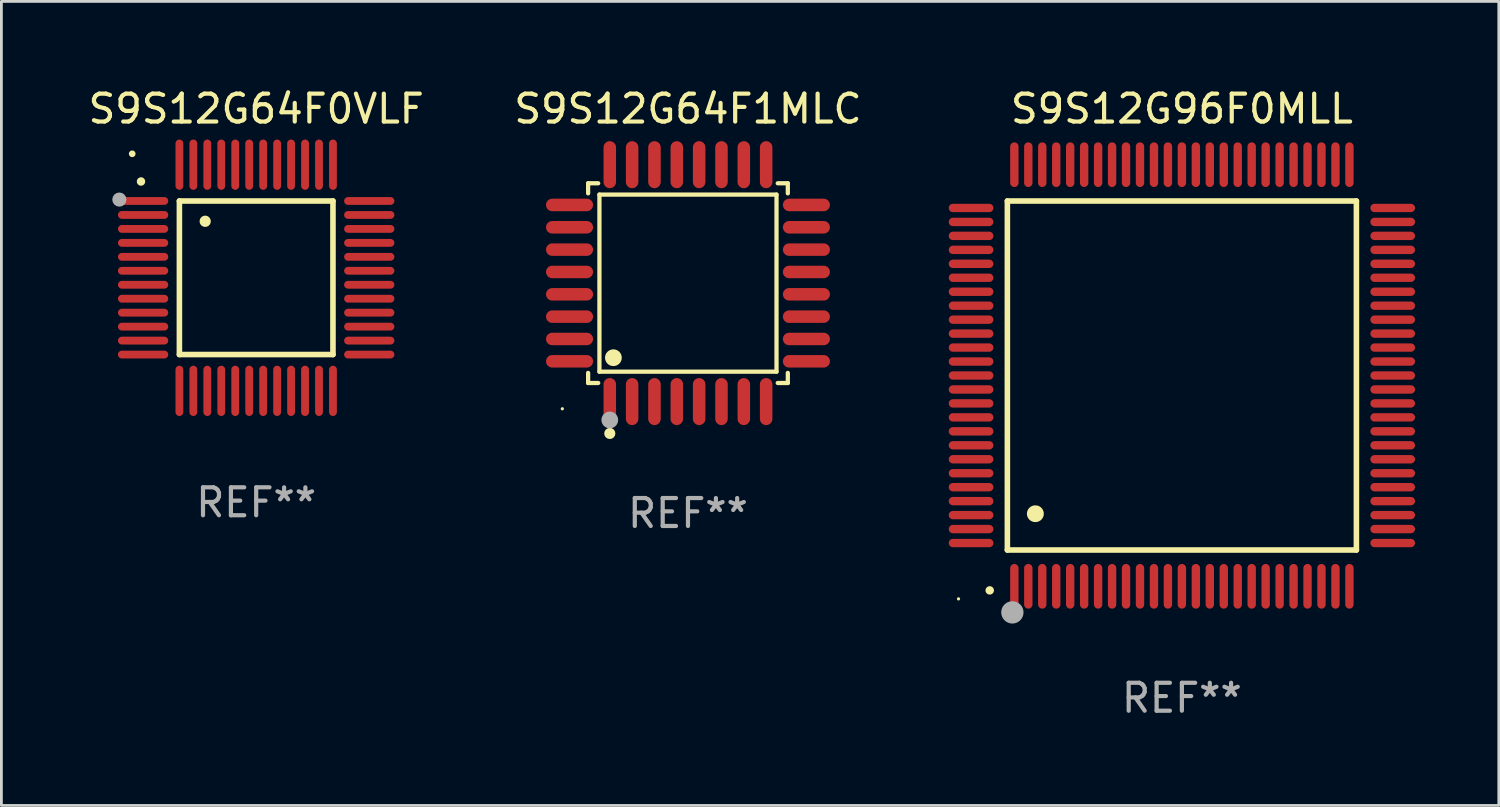
<source format=kicad_pcb>
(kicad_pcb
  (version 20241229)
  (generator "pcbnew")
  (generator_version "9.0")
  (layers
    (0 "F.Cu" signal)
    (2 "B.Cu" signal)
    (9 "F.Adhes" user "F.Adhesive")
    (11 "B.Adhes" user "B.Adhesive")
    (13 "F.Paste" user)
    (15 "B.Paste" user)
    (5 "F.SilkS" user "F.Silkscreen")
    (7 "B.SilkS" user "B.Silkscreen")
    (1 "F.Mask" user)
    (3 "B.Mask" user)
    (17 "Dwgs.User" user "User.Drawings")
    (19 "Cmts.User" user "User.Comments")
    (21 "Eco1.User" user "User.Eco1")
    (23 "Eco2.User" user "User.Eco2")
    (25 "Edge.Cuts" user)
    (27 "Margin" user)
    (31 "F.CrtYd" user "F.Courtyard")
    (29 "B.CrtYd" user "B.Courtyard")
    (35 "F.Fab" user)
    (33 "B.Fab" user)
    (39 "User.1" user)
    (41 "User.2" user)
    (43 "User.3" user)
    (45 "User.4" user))
  (footprint "S9S12G64F0VLF"
    (layer "F.Cu")
    (at 6.125 6.898)
    (property "Reference" "S9S12G64F0VLF" (at 0 -6.05 0) (layer "F.SilkS") (effects (font (size 1 1) (thickness 0.15))))
    (attr through_hole)
    (fp_line (start -2.75 -2.75) (end 2.75 -2.75) (stroke (width 0.2) (type solid)) (layer "F.SilkS"))
    (fp_line (start -2.75 2.75) (end -2.75 -2.75) (stroke (width 0.2) (type solid)) (layer "F.SilkS"))
    (fp_line (start 2.75 -2.75) (end 2.75 2.75) (stroke (width 0.2) (type solid)) (layer "F.SilkS"))
    (fp_line (start 2.75 2.75) (end -2.75 2.75) (stroke (width 0.2) (type solid)) (layer "F.SilkS"))
    (fp_arc (start -4.124968 -3.446787) (mid -4.124973 -3.448057) (end -4.124968 -3.449327) (stroke (width 0.3) (type solid)) (layer "F.SilkS"))
    (fp_arc (start -1.826264 -2.021844) (mid -1.826268 -2.023114) (end -1.826264 -2.024384) (stroke (width 0.4) (type solid)) (layer "F.SilkS"))
    (fp_circle (center -4.44 -4.44) (end -4.38 -4.44) (stroke (width 0.12) (type solid)) (fill no) (layer "F.SilkS"))
    (fp_circle (center -4.9 -2.8) (end -4.773 -2.8) (stroke (width 0.254) (type solid)) (fill no) (layer "F.Fab"))
    (fp_text user "REF**" (at 0 8.05 0) (layer "F.Fab") (effects (font (size 1 1) (thickness 0.15))))
    (pad "1" smd oval (at -4.05 -2.75 90) (size 0.28 1.8) (layers "F.Cu" "F.Mask" "F.Paste"))
    (pad "2" smd oval (at -4.05 -2.25 90) (size 0.28 1.8) (layers "F.Cu" "F.Mask" "F.Paste"))
    (pad "3" smd oval (at -4.05 -1.75 90) (size 0.28 1.8) (layers "F.Cu" "F.Mask" "F.Paste"))
    (pad "4" smd oval (at -4.05 -1.25 90) (size 0.28 1.8) (layers "F.Cu" "F.Mask" "F.Paste"))
    (pad "5" smd oval (at -4.05 -0.75 90) (size 0.28 1.8) (layers "F.Cu" "F.Mask" "F.Paste"))
    (pad "6" smd oval (at -4.05 -0.25 90) (size 0.28 1.8) (layers "F.Cu" "F.Mask" "F.Paste"))
    (pad "7" smd oval (at -4.05 0.25 90) (size 0.28 1.8) (layers "F.Cu" "F.Mask" "F.Paste"))
    (pad "8" smd oval (at -4.05 0.75 90) (size 0.28 1.8) (layers "F.Cu" "F.Mask" "F.Paste"))
    (pad "9" smd oval (at -4.05 1.25 90) (size 0.28 1.8) (layers "F.Cu" "F.Mask" "F.Paste"))
    (pad "10" smd oval (at -4.05 1.75 90) (size 0.28 1.8) (layers "F.Cu" "F.Mask" "F.Paste"))
    (pad "11" smd oval (at -4.05 2.25 90) (size 0.28 1.8) (layers "F.Cu" "F.Mask" "F.Paste"))
    (pad "12" smd oval (at -4.05 2.75 90) (size 0.28 1.8) (layers "F.Cu" "F.Mask" "F.Paste"))
    (pad "13" smd oval (at -2.75 4.05) (size 0.28 1.8) (layers "F.Cu" "F.Mask" "F.Paste"))
    (pad "14" smd oval (at -2.25 4.05) (size 0.28 1.8) (layers "F.Cu" "F.Mask" "F.Paste"))
    (pad "15" smd oval (at -1.75 4.05) (size 0.28 1.8) (layers "F.Cu" "F.Mask" "F.Paste"))
    (pad "16" smd oval (at -1.25 4.05) (size 0.28 1.8) (layers "F.Cu" "F.Mask" "F.Paste"))
    (pad "17" smd oval (at -0.75 4.05) (size 0.28 1.8) (layers "F.Cu" "F.Mask" "F.Paste"))
    (pad "18" smd oval (at -0.25 4.05) (size 0.28 1.8) (layers "F.Cu" "F.Mask" "F.Paste"))
    (pad "19" smd oval (at 0.25 4.05) (size 0.28 1.8) (layers "F.Cu" "F.Mask" "F.Paste"))
    (pad "20" smd oval (at 0.75 4.05) (size 0.28 1.8) (layers "F.Cu" "F.Mask" "F.Paste"))
    (pad "21" smd oval (at 1.25 4.05) (size 0.28 1.8) (layers "F.Cu" "F.Mask" "F.Paste"))
    (pad "22" smd oval (at 1.75 4.05) (size 0.28 1.8) (layers "F.Cu" "F.Mask" "F.Paste"))
    (pad "23" smd oval (at 2.25 4.05) (size 0.28 1.8) (layers "F.Cu" "F.Mask" "F.Paste"))
    (pad "24" smd oval (at 2.75 4.05) (size 0.28 1.8) (layers "F.Cu" "F.Mask" "F.Paste"))
    (pad "25" smd oval (at 4.05 2.75 90) (size 0.28 1.8) (layers "F.Cu" "F.Mask" "F.Paste"))
    (pad "26" smd oval (at 4.05 2.25 90) (size 0.28 1.8) (layers "F.Cu" "F.Mask" "F.Paste"))
    (pad "27" smd oval (at 4.05 1.75 90) (size 0.28 1.8) (layers "F.Cu" "F.Mask" "F.Paste"))
    (pad "28" smd oval (at 4.05 1.25 90) (size 0.28 1.8) (layers "F.Cu" "F.Mask" "F.Paste"))
    (pad "29" smd oval (at 4.05 0.75 90) (size 0.28 1.8) (layers "F.Cu" "F.Mask" "F.Paste"))
    (pad "30" smd oval (at 4.05 0.25 90) (size 0.28 1.8) (layers "F.Cu" "F.Mask" "F.Paste"))
    (pad "31" smd oval (at 4.05 -0.25 90) (size 0.28 1.8) (layers "F.Cu" "F.Mask" "F.Paste"))
    (pad "32" smd oval (at 4.05 -0.75 90) (size 0.28 1.8) (layers "F.Cu" "F.Mask" "F.Paste"))
    (pad "33" smd oval (at 4.05 -1.25 90) (size 0.28 1.8) (layers "F.Cu" "F.Mask" "F.Paste"))
    (pad "34" smd oval (at 4.05 -1.75 90) (size 0.28 1.8) (layers "F.Cu" "F.Mask" "F.Paste"))
    (pad "35" smd oval (at 4.05 -2.25 90) (size 0.28 1.8) (layers "F.Cu" "F.Mask" "F.Paste"))
    (pad "36" smd oval (at 4.05 -2.75 90) (size 0.28 1.8) (layers "F.Cu" "F.Mask" "F.Paste"))
    (pad "37" smd oval (at 2.75 -4.05) (size 0.28 1.8) (layers "F.Cu" "F.Mask" "F.Paste"))
    (pad "38" smd oval (at 2.25 -4.05) (size 0.28 1.8) (layers "F.Cu" "F.Mask" "F.Paste"))
    (pad "39" smd oval (at 1.75 -4.05) (size 0.28 1.8) (layers "F.Cu" "F.Mask" "F.Paste"))
    (pad "40" smd oval (at 1.25 -4.05) (size 0.28 1.8) (layers "F.Cu" "F.Mask" "F.Paste"))
    (pad "41" smd oval (at 0.75 -4.05) (size 0.28 1.8) (layers "F.Cu" "F.Mask" "F.Paste"))
    (pad "42" smd oval (at 0.25 -4.05) (size 0.28 1.8) (layers "F.Cu" "F.Mask" "F.Paste"))
    (pad "43" smd oval (at -0.25 -4.05) (size 0.28 1.8) (layers "F.Cu" "F.Mask" "F.Paste"))
    (pad "44" smd oval (at -0.75 -4.05) (size 0.28 1.8) (layers "F.Cu" "F.Mask" "F.Paste"))
    (pad "45" smd oval (at -1.25 -4.05) (size 0.28 1.8) (layers "F.Cu" "F.Mask" "F.Paste"))
    (pad "46" smd oval (at -1.75 -4.05) (size 0.28 1.8) (layers "F.Cu" "F.Mask" "F.Paste"))
    (pad "47" smd oval (at -2.25 -4.05) (size 0.28 1.8) (layers "F.Cu" "F.Mask" "F.Paste"))
    (pad "48" smd oval (at -2.75 -4.05) (size 0.28 1.8) (layers "F.Cu" "F.Mask" "F.Paste")))
  (footprint "S9S12G96F0MLL"
    (layer "F.Cu")
    (at 39.278 10.398)
    (property "Reference" "S9S12G96F0MLL" (at 0 -9.55 0) (layer "F.SilkS") (effects (font (size 1 1) (thickness 0.15))))
    (attr through_hole)
    (fp_line (start -6.25 -6.25) (end -6.25 6.25) (stroke (width 0.2) (type solid)) (layer "F.SilkS"))
    (fp_line (start -6.25 6.25) (end 6.25 6.25) (stroke (width 0.2) (type solid)) (layer "F.SilkS"))
    (fp_line (start 6.25 -6.25) (end -6.25 -6.25) (stroke (width 0.2) (type solid)) (layer "F.SilkS"))
    (fp_line (start 6.25 6.25) (end 6.25 -6.25) (stroke (width 0.2) (type solid)) (layer "F.SilkS"))
    (fp_arc (start -6.883414 7.696215) (mid -6.882144 7.69621) (end -6.880874 7.696215) (stroke (width 0.3) (type solid)) (layer "F.SilkS"))
    (fp_arc (start -5.250191 4.95047) (mid -5.247651 4.950459) (end -5.245111 4.95047) (stroke (width 0.6) (type solid)) (layer "F.SilkS"))
    (fp_circle (center -8 8) (end -7.97 8) (stroke (width 0.06) (type solid)) (fill no) (layer "F.SilkS"))
    (fp_circle (center -6.071 8.484) (end -5.871 8.484) (stroke (width 0.4) (type solid)) (fill no) (layer "F.Fab"))
    (fp_text user "REF**" (at 0 11.55 0) (layer "F.Fab") (effects (font (size 1 1) (thickness 0.15))))
    (pad "1" smd oval (at -6 7.55) (size 0.3 1.6) (layers "F.Cu" "F.Mask" "F.Paste"))
    (pad "2" smd oval (at -5.5 7.55) (size 0.3 1.6) (layers "F.Cu" "F.Mask" "F.Paste"))
    (pad "3" smd oval (at -5 7.55) (size 0.3 1.6) (layers "F.Cu" "F.Mask" "F.Paste"))
    (pad "4" smd oval (at -4.5 7.55) (size 0.3 1.6) (layers "F.Cu" "F.Mask" "F.Paste"))
    (pad "5" smd oval (at -4 7.55) (size 0.3 1.6) (layers "F.Cu" "F.Mask" "F.Paste"))
    (pad "6" smd oval (at -3.5 7.55) (size 0.3 1.6) (layers "F.Cu" "F.Mask" "F.Paste"))
    (pad "7" smd oval (at -3 7.55) (size 0.3 1.6) (layers "F.Cu" "F.Mask" "F.Paste"))
    (pad "8" smd oval (at -2.5 7.55) (size 0.3 1.6) (layers "F.Cu" "F.Mask" "F.Paste"))
    (pad "9" smd oval (at -2 7.55) (size 0.3 1.6) (layers "F.Cu" "F.Mask" "F.Paste"))
    (pad "10" smd oval (at -1.5 7.55) (size 0.3 1.6) (layers "F.Cu" "F.Mask" "F.Paste"))
    (pad "11" smd oval (at -1 7.55) (size 0.3 1.6) (layers "F.Cu" "F.Mask" "F.Paste"))
    (pad "12" smd oval (at -0.5 7.55) (size 0.3 1.6) (layers "F.Cu" "F.Mask" "F.Paste"))
    (pad "13" smd oval (at 0 7.55) (size 0.3 1.6) (layers "F.Cu" "F.Mask" "F.Paste"))
    (pad "14" smd oval (at 0.5 7.55) (size 0.3 1.6) (layers "F.Cu" "F.Mask" "F.Paste"))
    (pad "15" smd oval (at 1 7.55) (size 0.3 1.6) (layers "F.Cu" "F.Mask" "F.Paste"))
    (pad "16" smd oval (at 1.5 7.55) (size 0.3 1.6) (layers "F.Cu" "F.Mask" "F.Paste"))
    (pad "17" smd oval (at 2 7.55) (size 0.3 1.6) (layers "F.Cu" "F.Mask" "F.Paste"))
    (pad "18" smd oval (at 2.5 7.55) (size 0.3 1.6) (layers "F.Cu" "F.Mask" "F.Paste"))
    (pad "19" smd oval (at 3 7.55) (size 0.3 1.6) (layers "F.Cu" "F.Mask" "F.Paste"))
    (pad "20" smd oval (at 3.5 7.55) (size 0.3 1.6) (layers "F.Cu" "F.Mask" "F.Paste"))
    (pad "21" smd oval (at 4 7.55) (size 0.3 1.6) (layers "F.Cu" "F.Mask" "F.Paste"))
    (pad "22" smd oval (at 4.5 7.55) (size 0.3 1.6) (layers "F.Cu" "F.Mask" "F.Paste"))
    (pad "23" smd oval (at 5 7.55) (size 0.3 1.6) (layers "F.Cu" "F.Mask" "F.Paste"))
    (pad "24" smd oval (at 5.5 7.55) (size 0.3 1.6) (layers "F.Cu" "F.Mask" "F.Paste"))
    (pad "25" smd oval (at 6 7.55) (size 0.3 1.6) (layers "F.Cu" "F.Mask" "F.Paste"))
    (pad "26" smd oval (at 7.55 6) (size 1.6 0.3) (layers "F.Cu" "F.Mask" "F.Paste"))
    (pad "27" smd oval (at 7.55 5.5) (size 1.6 0.3) (layers "F.Cu" "F.Mask" "F.Paste"))
    (pad "28" smd oval (at 7.55 5) (size 1.6 0.3) (layers "F.Cu" "F.Mask" "F.Paste"))
    (pad "29" smd oval (at 7.55 4.5) (size 1.6 0.3) (layers "F.Cu" "F.Mask" "F.Paste"))
    (pad "30" smd oval (at 7.55 4) (size 1.6 0.3) (layers "F.Cu" "F.Mask" "F.Paste"))
    (pad "31" smd oval (at 7.55 3.5) (size 1.6 0.3) (layers "F.Cu" "F.Mask" "F.Paste"))
    (pad "32" smd oval (at 7.55 3) (size 1.6 0.3) (layers "F.Cu" "F.Mask" "F.Paste"))
    (pad "33" smd oval (at 7.55 2.5) (size 1.6 0.3) (layers "F.Cu" "F.Mask" "F.Paste"))
    (pad "34" smd oval (at 7.55 2) (size 1.6 0.3) (layers "F.Cu" "F.Mask" "F.Paste"))
    (pad "35" smd oval (at 7.55 1.5) (size 1.6 0.3) (layers "F.Cu" "F.Mask" "F.Paste"))
    (pad "36" smd oval (at 7.55 1) (size 1.6 0.3) (layers "F.Cu" "F.Mask" "F.Paste"))
    (pad "37" smd oval (at 7.55 0.5) (size 1.6 0.3) (layers "F.Cu" "F.Mask" "F.Paste"))
    (pad "38" smd oval (at 7.55 0) (size 1.6 0.3) (layers "F.Cu" "F.Mask" "F.Paste"))
    (pad "39" smd oval (at 7.55 -0.5) (size 1.6 0.3) (layers "F.Cu" "F.Mask" "F.Paste"))
    (pad "40" smd oval (at 7.55 -1) (size 1.6 0.3) (layers "F.Cu" "F.Mask" "F.Paste"))
    (pad "41" smd oval (at 7.55 -1.5) (size 1.6 0.3) (layers "F.Cu" "F.Mask" "F.Paste"))
    (pad "42" smd oval (at 7.55 -2) (size 1.6 0.3) (layers "F.Cu" "F.Mask" "F.Paste"))
    (pad "43" smd oval (at 7.55 -2.5) (size 1.6 0.3) (layers "F.Cu" "F.Mask" "F.Paste"))
    (pad "44" smd oval (at 7.55 -3) (size 1.6 0.3) (layers "F.Cu" "F.Mask" "F.Paste"))
    (pad "45" smd oval (at 7.55 -3.5) (size 1.6 0.3) (layers "F.Cu" "F.Mask" "F.Paste"))
    (pad "46" smd oval (at 7.55 -4) (size 1.6 0.3) (layers "F.Cu" "F.Mask" "F.Paste"))
    (pad "47" smd oval (at 7.55 -4.5) (size 1.6 0.3) (layers "F.Cu" "F.Mask" "F.Paste"))
    (pad "48" smd oval (at 7.55 -5) (size 1.6 0.3) (layers "F.Cu" "F.Mask" "F.Paste"))
    (pad "49" smd oval (at 7.55 -5.5) (size 1.6 0.3) (layers "F.Cu" "F.Mask" "F.Paste"))
    (pad "50" smd oval (at 7.55 -6) (size 1.6 0.3) (layers "F.Cu" "F.Mask" "F.Paste"))
    (pad "51" smd oval (at 6 -7.55) (size 0.3 1.6) (layers "F.Cu" "F.Mask" "F.Paste"))
    (pad "52" smd oval (at 5.5 -7.55) (size 0.3 1.6) (layers "F.Cu" "F.Mask" "F.Paste"))
    (pad "53" smd oval (at 5 -7.55) (size 0.3 1.6) (layers "F.Cu" "F.Mask" "F.Paste"))
    (pad "54" smd oval (at 4.5 -7.55) (size 0.3 1.6) (layers "F.Cu" "F.Mask" "F.Paste"))
    (pad "55" smd oval (at 4 -7.55) (size 0.3 1.6) (layers "F.Cu" "F.Mask" "F.Paste"))
    (pad "56" smd oval (at 3.5 -7.55) (size 0.3 1.6) (layers "F.Cu" "F.Mask" "F.Paste"))
    (pad "57" smd oval (at 3 -7.55) (size 0.3 1.6) (layers "F.Cu" "F.Mask" "F.Paste"))
    (pad "58" smd oval (at 2.5 -7.55) (size 0.3 1.6) (layers "F.Cu" "F.Mask" "F.Paste"))
    (pad "59" smd oval (at 2 -7.55) (size 0.3 1.6) (layers "F.Cu" "F.Mask" "F.Paste"))
    (pad "60" smd oval (at 1.5 -7.55) (size 0.3 1.6) (layers "F.Cu" "F.Mask" "F.Paste"))
    (pad "61" smd oval (at 1 -7.55) (size 0.3 1.6) (layers "F.Cu" "F.Mask" "F.Paste"))
    (pad "62" smd oval (at 0.5 -7.55) (size 0.3 1.6) (layers "F.Cu" "F.Mask" "F.Paste"))
    (pad "63" smd oval (at 0 -7.55) (size 0.3 1.6) (layers "F.Cu" "F.Mask" "F.Paste"))
    (pad "64" smd oval (at -0.5 -7.55) (size 0.3 1.6) (layers "F.Cu" "F.Mask" "F.Paste"))
    (pad "65" smd oval (at -1 -7.55) (size 0.3 1.6) (layers "F.Cu" "F.Mask" "F.Paste"))
    (pad "66" smd oval (at -1.5 -7.55) (size 0.3 1.6) (layers "F.Cu" "F.Mask" "F.Paste"))
    (pad "67" smd oval (at -2 -7.55) (size 0.3 1.6) (layers "F.Cu" "F.Mask" "F.Paste"))
    (pad "68" smd oval (at -2.5 -7.55) (size 0.3 1.6) (layers "F.Cu" "F.Mask" "F.Paste"))
    (pad "69" smd oval (at -3 -7.55) (size 0.3 1.6) (layers "F.Cu" "F.Mask" "F.Paste"))
    (pad "70" smd oval (at -3.5 -7.55) (size 0.3 1.6) (layers "F.Cu" "F.Mask" "F.Paste"))
    (pad "71" smd oval (at -4 -7.55) (size 0.3 1.6) (layers "F.Cu" "F.Mask" "F.Paste"))
    (pad "72" smd oval (at -4.5 -7.55) (size 0.3 1.6) (layers "F.Cu" "F.Mask" "F.Paste"))
    (pad "73" smd oval (at -5 -7.55) (size 0.3 1.6) (layers "F.Cu" "F.Mask" "F.Paste"))
    (pad "74" smd oval (at -5.5 -7.55) (size 0.3 1.6) (layers "F.Cu" "F.Mask" "F.Paste"))
    (pad "75" smd oval (at -6 -7.55) (size 0.3 1.6) (layers "F.Cu" "F.Mask" "F.Paste"))
    (pad "76" smd oval (at -7.55 -6) (size 1.6 0.3) (layers "F.Cu" "F.Mask" "F.Paste"))
    (pad "77" smd oval (at -7.55 -5.5) (size 1.6 0.3) (layers "F.Cu" "F.Mask" "F.Paste"))
    (pad "78" smd oval (at -7.55 -5) (size 1.6 0.3) (layers "F.Cu" "F.Mask" "F.Paste"))
    (pad "79" smd oval (at -7.55 -4.5) (size 1.6 0.3) (layers "F.Cu" "F.Mask" "F.Paste"))
    (pad "80" smd oval (at -7.55 -4) (size 1.6 0.3) (layers "F.Cu" "F.Mask" "F.Paste"))
    (pad "81" smd oval (at -7.55 -3.5) (size 1.6 0.3) (layers "F.Cu" "F.Mask" "F.Paste"))
    (pad "82" smd oval (at -7.55 -3) (size 1.6 0.3) (layers "F.Cu" "F.Mask" "F.Paste"))
    (pad "83" smd oval (at -7.55 -2.5) (size 1.6 0.3) (layers "F.Cu" "F.Mask" "F.Paste"))
    (pad "84" smd oval (at -7.55 -2) (size 1.6 0.3) (layers "F.Cu" "F.Mask" "F.Paste"))
    (pad "85" smd oval (at -7.55 -1.5) (size 1.6 0.3) (layers "F.Cu" "F.Mask" "F.Paste"))
    (pad "86" smd oval (at -7.55 -1) (size 1.6 0.3) (layers "F.Cu" "F.Mask" "F.Paste"))
    (pad "87" smd oval (at -7.55 -0.5) (size 1.6 0.3) (layers "F.Cu" "F.Mask" "F.Paste"))
    (pad "88" smd oval (at -7.55 0) (size 1.6 0.3) (layers "F.Cu" "F.Mask" "F.Paste"))
    (pad "89" smd oval (at -7.55 0.5) (size 1.6 0.3) (layers "F.Cu" "F.Mask" "F.Paste"))
    (pad "90" smd oval (at -7.55 1) (size 1.6 0.3) (layers "F.Cu" "F.Mask" "F.Paste"))
    (pad "91" smd oval (at -7.55 1.5) (size 1.6 0.3) (layers "F.Cu" "F.Mask" "F.Paste"))
    (pad "92" smd oval (at -7.55 2) (size 1.6 0.3) (layers "F.Cu" "F.Mask" "F.Paste"))
    (pad "93" smd oval (at -7.55 2.5) (size 1.6 0.3) (layers "F.Cu" "F.Mask" "F.Paste"))
    (pad "94" smd oval (at -7.55 3) (size 1.6 0.3) (layers "F.Cu" "F.Mask" "F.Paste"))
    (pad "95" smd oval (at -7.55 3.5) (size 1.6 0.3) (layers "F.Cu" "F.Mask" "F.Paste"))
    (pad "96" smd oval (at -7.55 4) (size 1.6 0.3) (layers "F.Cu" "F.Mask" "F.Paste"))
    (pad "97" smd oval (at -7.55 4.5) (size 1.6 0.3) (layers "F.Cu" "F.Mask" "F.Paste"))
    (pad "98" smd oval (at -7.55 5) (size 1.6 0.3) (layers "F.Cu" "F.Mask" "F.Paste"))
    (pad "99" smd oval (at -7.55 5.5) (size 1.6 0.3) (layers "F.Cu" "F.Mask" "F.Paste"))
    (pad "100" smd oval (at -7.55 6) (size 1.6 0.3) (layers "F.Cu" "F.Mask" "F.Paste")))
  (footprint "S9S12G64F1MLC"
    (layer "F.Cu")
    (at 21.589 7.09)
    (property "Reference" "S9S12G64F1MLC" (at 0 -6.242 0) (layer "F.SilkS") (effects (font (size 1 1) (thickness 0.15))))
    (attr through_hole)
    (fp_line (start -3.576 -3.576) (end -3.215 -3.576) (stroke (width 0.152) (type solid)) (layer "F.SilkS"))
    (fp_line (start -3.576 -3.215) (end -3.576 -3.576) (stroke (width 0.152) (type solid)) (layer "F.SilkS"))
    (fp_line (start -3.576 3.215) (end -3.576 3.576) (stroke (width 0.152) (type solid)) (layer "F.SilkS"))
    (fp_line (start -3.576 3.576) (end -3.215 3.576) (stroke (width 0.152) (type solid)) (layer "F.SilkS"))
    (fp_line (start -3.171 -3.171) (end 3.171 -3.171) (stroke (width 0.152) (type solid)) (layer "F.SilkS"))
    (fp_line (start -3.171 3.171) (end -3.171 -3.171) (stroke (width 0.152) (type solid)) (layer "F.SilkS"))
    (fp_line (start 3.171 -3.171) (end 3.171 3.171) (stroke (width 0.152) (type solid)) (layer "F.SilkS"))
    (fp_line (start 3.171 3.171) (end -3.171 3.171) (stroke (width 0.152) (type solid)) (layer "F.SilkS"))
    (fp_line (start 3.576 -3.576) (end 3.215 -3.576) (stroke (width 0.152) (type solid)) (layer "F.SilkS"))
    (fp_line (start 3.576 -3.215) (end 3.576 -3.576) (stroke (width 0.152) (type solid)) (layer "F.SilkS"))
    (fp_line (start 3.576 3.215) (end 3.576 3.576) (stroke (width 0.152) (type solid)) (layer "F.SilkS"))
    (fp_line (start 3.576 3.576) (end 3.215 3.576) (stroke (width 0.152) (type solid)) (layer "F.SilkS"))
    (fp_circle (center -4.5 4.5) (end -4.47 4.5) (stroke (width 0.06) (type solid)) (fill no) (layer "F.SilkS"))
    (fp_circle (center -2.8 5.384) (end -2.7 5.384) (stroke (width 0.2) (type solid)) (fill no) (layer "F.SilkS"))
    (fp_circle (center -2.671 2.671) (end -2.521 2.671) (stroke (width 0.3) (type solid)) (fill no) (layer "F.SilkS"))
    (fp_circle (center -2.8 4.9) (end -2.65 4.9) (stroke (width 0.3) (type solid)) (fill no) (layer "F.Fab"))
    (fp_text user "REF**" (at 0 8.242 0) (layer "F.Fab") (effects (font (size 1 1) (thickness 0.15))))
    (pad "1" smd oval (at -2.8 4.242) (size 0.448 1.684) (layers "F.Cu" "F.Mask" "F.Paste"))
    (pad "2" smd oval (at -2 4.242) (size 0.448 1.684) (layers "F.Cu" "F.Mask" "F.Paste"))
    (pad "3" smd oval (at -1.2 4.242) (size 0.448 1.684) (layers "F.Cu" "F.Mask" "F.Paste"))
    (pad "4" smd oval (at -0.4 4.242) (size 0.448 1.684) (layers "F.Cu" "F.Mask" "F.Paste"))
    (pad "5" smd oval (at 0.4 4.242) (size 0.448 1.684) (layers "F.Cu" "F.Mask" "F.Paste"))
    (pad "6" smd oval (at 1.2 4.242) (size 0.448 1.684) (layers "F.Cu" "F.Mask" "F.Paste"))
    (pad "7" smd oval (at 2 4.242) (size 0.448 1.684) (layers "F.Cu" "F.Mask" "F.Paste"))
    (pad "8" smd oval (at 2.8 4.242) (size 0.448 1.684) (layers "F.Cu" "F.Mask" "F.Paste"))
    (pad "9" smd oval (at 4.242 2.8) (size 1.684 0.448) (layers "F.Cu" "F.Mask" "F.Paste"))
    (pad "10" smd oval (at 4.242 2) (size 1.684 0.448) (layers "F.Cu" "F.Mask" "F.Paste"))
    (pad "11" smd oval (at 4.242 1.2) (size 1.684 0.448) (layers "F.Cu" "F.Mask" "F.Paste"))
    (pad "12" smd oval (at 4.242 0.4) (size 1.684 0.448) (layers "F.Cu" "F.Mask" "F.Paste"))
    (pad "13" smd oval (at 4.242 -0.4) (size 1.684 0.448) (layers "F.Cu" "F.Mask" "F.Paste"))
    (pad "14" smd oval (at 4.242 -1.2) (size 1.684 0.448) (layers "F.Cu" "F.Mask" "F.Paste"))
    (pad "15" smd oval (at 4.242 -2) (size 1.684 0.448) (layers "F.Cu" "F.Mask" "F.Paste"))
    (pad "16" smd oval (at 4.242 -2.8) (size 1.684 0.448) (layers "F.Cu" "F.Mask" "F.Paste"))
    (pad "17" smd oval (at 2.8 -4.242) (size 0.448 1.684) (layers "F.Cu" "F.Mask" "F.Paste"))
    (pad "18" smd oval (at 2 -4.242) (size 0.448 1.684) (layers "F.Cu" "F.Mask" "F.Paste"))
    (pad "19" smd oval (at 1.2 -4.242) (size 0.448 1.684) (layers "F.Cu" "F.Mask" "F.Paste"))
    (pad "20" smd oval (at 0.4 -4.242) (size 0.448 1.684) (layers "F.Cu" "F.Mask" "F.Paste"))
    (pad "21" smd oval (at -0.4 -4.242) (size 0.448 1.684) (layers "F.Cu" "F.Mask" "F.Paste"))
    (pad "22" smd oval (at -1.2 -4.242) (size 0.448 1.684) (layers "F.Cu" "F.Mask" "F.Paste"))
    (pad "23" smd oval (at -2 -4.242) (size 0.448 1.684) (layers "F.Cu" "F.Mask" "F.Paste"))
    (pad "24" smd oval (at -2.8 -4.242) (size 0.448 1.684) (layers "F.Cu" "F.Mask" "F.Paste"))
    (pad "25" smd oval (at -4.242 -2.8) (size 1.684 0.448) (layers "F.Cu" "F.Mask" "F.Paste"))
    (pad "26" smd oval (at -4.242 -2) (size 1.684 0.448) (layers "F.Cu" "F.Mask" "F.Paste"))
    (pad "27" smd oval (at -4.242 -1.2) (size 1.684 0.448) (layers "F.Cu" "F.Mask" "F.Paste"))
    (pad "28" smd oval (at -4.242 -0.4) (size 1.684 0.448) (layers "F.Cu" "F.Mask" "F.Paste"))
    (pad "29" smd oval (at -4.242 0.4) (size 1.684 0.448) (layers "F.Cu" "F.Mask" "F.Paste"))
    (pad "30" smd oval (at -4.242 1.2) (size 1.684 0.448) (layers "F.Cu" "F.Mask" "F.Paste"))
    (pad "31" smd oval (at -4.242 2) (size 1.684 0.448) (layers "F.Cu" "F.Mask" "F.Paste"))
    (pad "32" smd oval (at -4.242 2.8) (size 1.684 0.448) (layers "F.Cu" "F.Mask" "F.Paste")))
  (gr_rect
    (start -3 -3)
    (end 50.628 25.796)
    (stroke (width 0.1) (type default))
    (fill no)
    (layer "Edge.Cuts")))
</source>
